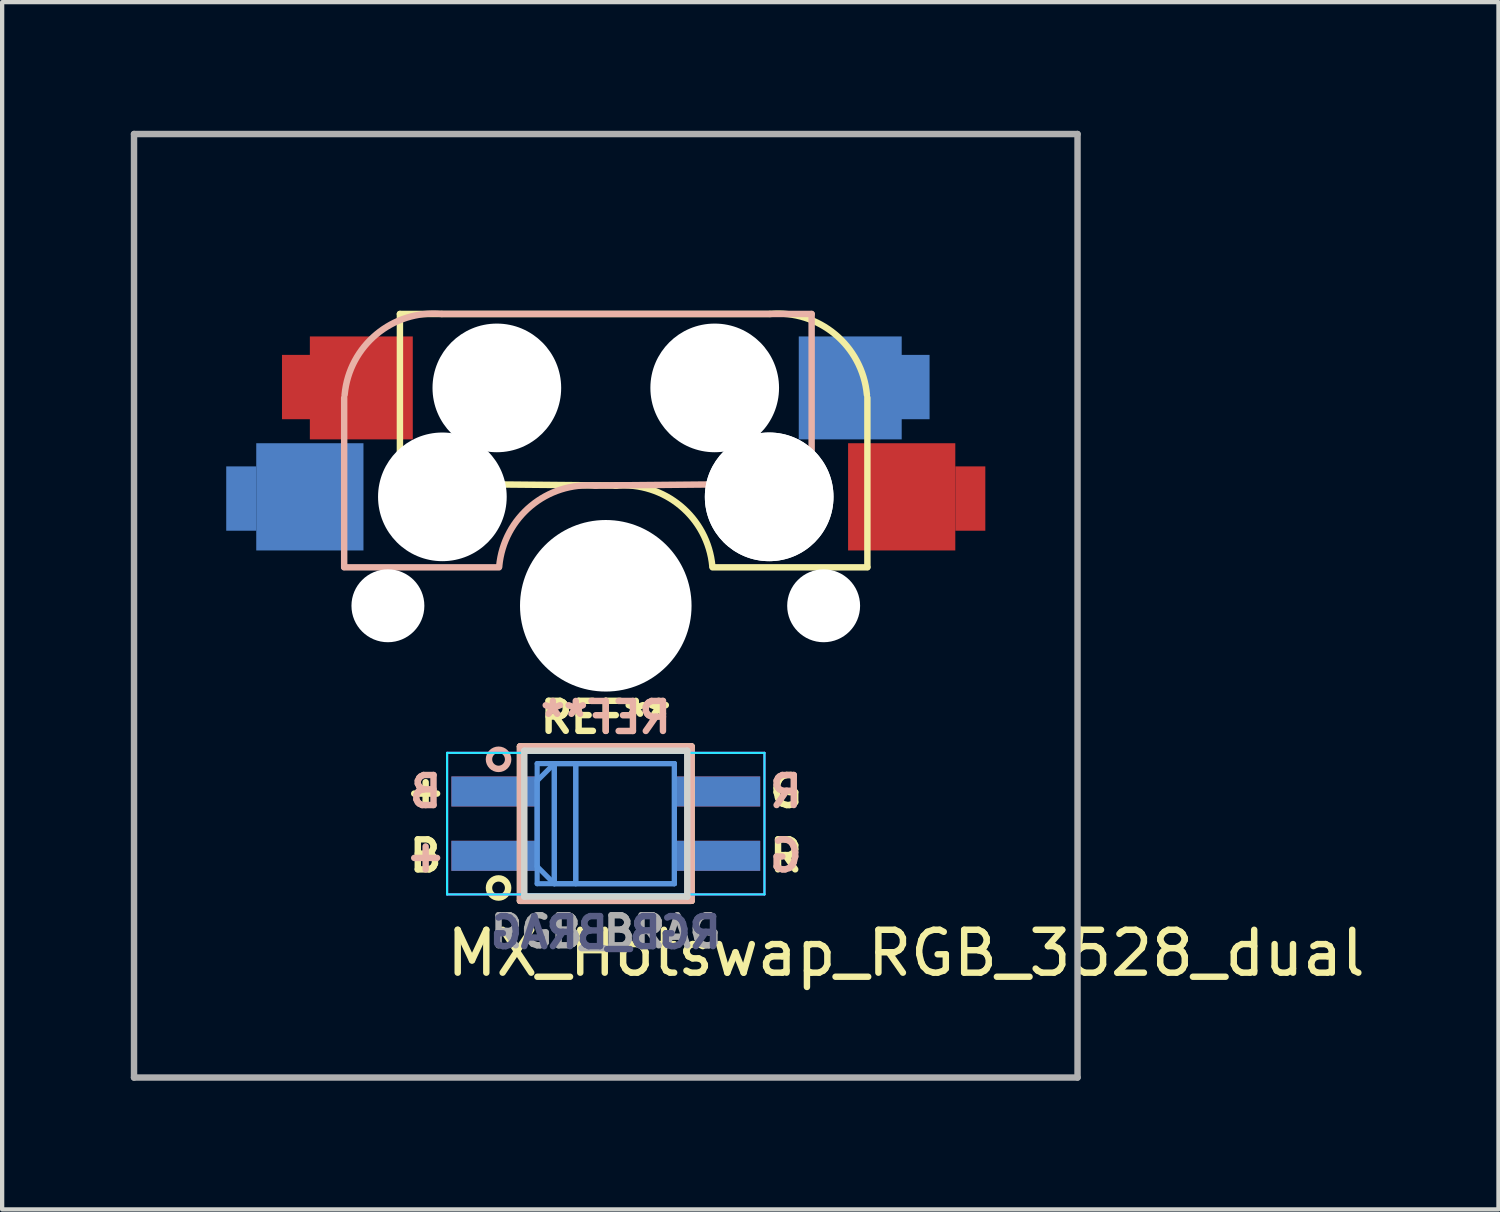
<source format=kicad_pcb>
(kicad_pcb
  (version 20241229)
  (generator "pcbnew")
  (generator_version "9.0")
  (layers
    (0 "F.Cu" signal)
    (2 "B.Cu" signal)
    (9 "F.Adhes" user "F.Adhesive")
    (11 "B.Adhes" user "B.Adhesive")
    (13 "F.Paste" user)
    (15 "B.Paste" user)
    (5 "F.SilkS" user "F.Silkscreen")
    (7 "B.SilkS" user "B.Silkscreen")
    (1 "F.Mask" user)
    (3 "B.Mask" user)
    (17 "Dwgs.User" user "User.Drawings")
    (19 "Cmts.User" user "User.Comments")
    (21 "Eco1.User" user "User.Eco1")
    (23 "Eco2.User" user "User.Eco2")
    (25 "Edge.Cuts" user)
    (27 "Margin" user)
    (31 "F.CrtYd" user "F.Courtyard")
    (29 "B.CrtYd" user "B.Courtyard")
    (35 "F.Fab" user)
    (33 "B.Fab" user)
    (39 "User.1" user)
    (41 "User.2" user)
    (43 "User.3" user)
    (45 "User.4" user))
  (footprint "MX_Hotswap_RGB_3528_dual"
    (layer "F.Cu")
    (at 11.075 11.075)
    (property "Reference" "MX_Hotswap_RGB_3528_dual" (at 7 8.1 0) (layer "F.SilkS") (effects (font (size 1 1) (thickness 0.15))))
    (attr through_hole)
    (fp_line (start -4.8 -6.804) (end 3.825 -6.804) (stroke (width 0.15) (type solid)) (layer "F.SilkS"))
    (fp_line (start -4.8 -2.896) (end -4.8 -6.804) (stroke (width 0.15) (type solid)) (layer "F.SilkS"))
    (fp_line (start -4.8 -2.85) (end 0.25 -2.804) (stroke (width 0.15) (type solid)) (layer "F.SilkS"))
    (fp_line (start -2 3.28) (end 2 3.28) (stroke (width 0.15) (type solid)) (layer "F.SilkS"))
    (fp_line (start -2 6.88) (end -2 3.28) (stroke (width 0.15) (type solid)) (layer "F.SilkS"))
    (fp_line (start 2 3.28) (end 2 6.88) (stroke (width 0.15) (type solid)) (layer "F.SilkS"))
    (fp_line (start 2 6.88) (end -2 6.88) (stroke (width 0.15) (type solid)) (layer "F.SilkS"))
    (fp_line (start 6.1 -4.85) (end 6.1 -0.905) (stroke (width 0.15) (type solid)) (layer "F.SilkS"))
    (fp_line (start 6.1 -0.896) (end 2.49 -0.896) (stroke (width 0.15) (type solid)) (layer "F.SilkS"))
    (fp_arc (start 0.225 -2.8) (mid 1.744361 -2.328062) (end 2.485001 -0.920001) (stroke (width 0.15) (type solid)) (layer "F.SilkS"))
    (fp_arc (start 3.825 -6.804) (mid 5.347189 -6.33089) (end 6.089 -4.92) (stroke (width 0.15) (type solid)) (layer "F.SilkS"))
    (fp_circle (center -2.5 6.58) (end -2.6 6.38) (stroke (width 0.15) (type solid)) (fill no) (layer "F.SilkS"))
    (fp_line (start -6.1 -4.85) (end -6.1 -0.905) (stroke (width 0.15) (type solid)) (layer "B.SilkS"))
    (fp_line (start -6.1 -0.896) (end -2.49 -0.896) (stroke (width 0.15) (type solid)) (layer "B.SilkS"))
    (fp_line (start -2 3.28) (end -2 6.88) (stroke (width 0.15) (type solid)) (layer "B.SilkS"))
    (fp_line (start -2 6.88) (end 2 6.88) (stroke (width 0.15) (type solid)) (layer "B.SilkS"))
    (fp_line (start 2 3.28) (end -2 3.28) (stroke (width 0.15) (type solid)) (layer "B.SilkS"))
    (fp_line (start 2 6.88) (end 2 3.28) (stroke (width 0.15) (type solid)) (layer "B.SilkS"))
    (fp_line (start 4.8 -6.804) (end -3.825 -6.804) (stroke (width 0.15) (type solid)) (layer "B.SilkS"))
    (fp_line (start 4.8 -2.896) (end 4.8 -6.804) (stroke (width 0.15) (type solid)) (layer "B.SilkS"))
    (fp_line (start 4.8 -2.85) (end -0.25 -2.804) (stroke (width 0.15) (type solid)) (layer "B.SilkS"))
    (fp_arc (start -6.089 -4.92) (mid -5.347189 -6.33089) (end -3.825 -6.804) (stroke (width 0.15) (type solid)) (layer "B.SilkS"))
    (fp_arc (start -2.484999 -0.920001) (mid -1.74436 -2.328062) (end -0.225 -2.8) (stroke (width 0.15) (type solid)) (layer "B.SilkS"))
    (fp_circle (center -2.5 3.58) (end -2.6 3.78) (stroke (width 0.15) (type solid)) (fill no) (layer "B.SilkS"))
    (fp_line (start -1.6 3.68) (end -1.6 6.08) (stroke (width 0.12) (type solid)) (layer "Cmts.User"))
    (fp_line (start -1.6 4.08) (end -1.2 3.68) (stroke (width 0.12) (type solid)) (layer "Cmts.User"))
    (fp_line (start -1.6 6.08) (end -1.2 6.48) (stroke (width 0.12) (type solid)) (layer "Cmts.User"))
    (fp_line (start -1.6 6.48) (end -1.6 4.08) (stroke (width 0.12) (type solid)) (layer "Cmts.User"))
    (fp_line (start -1.2 3.68) (end -1.2 6.48) (stroke (width 0.12) (type solid)) (layer "Cmts.User"))
    (fp_line (start -1.2 3.68) (end 1.6 3.68) (stroke (width 0.12) (type solid)) (layer "Cmts.User"))
    (fp_line (start -1.2 6.48) (end -1.2 3.68) (stroke (width 0.12) (type solid)) (layer "Cmts.User"))
    (fp_line (start -1.2 6.48) (end 1.6 6.48) (stroke (width 0.12) (type solid)) (layer "Cmts.User"))
    (fp_line (start -0.7 3.68) (end -0.7 6.48) (stroke (width 0.12) (type solid)) (layer "Cmts.User"))
    (fp_line (start -0.7 6.48) (end -0.7 3.68) (stroke (width 0.12) (type solid)) (layer "Cmts.User"))
    (fp_line (start 1.6 3.68) (end -1.6 3.68) (stroke (width 0.12) (type solid)) (layer "Cmts.User"))
    (fp_line (start 1.6 3.68) (end 1.6 6.48) (stroke (width 0.12) (type solid)) (layer "Cmts.User"))
    (fp_line (start 1.6 6.48) (end -1.6 6.48) (stroke (width 0.12) (type solid)) (layer "Cmts.User"))
    (fp_line (start 1.6 6.48) (end 1.6 3.68) (stroke (width 0.12) (type solid)) (layer "Cmts.User"))
    (fp_line (start -9 -9) (end 9 -9) (stroke (width 0.15) (type solid)) (layer "Eco2.User"))
    (fp_line (start -9 9) (end -9 -9) (stroke (width 0.15) (type solid)) (layer "Eco2.User"))
    (fp_line (start -7 -7) (end 7 -7) (stroke (width 0.15) (type solid)) (layer "Eco2.User"))
    (fp_line (start -7 7) (end -7 -7) (stroke (width 0.15) (type solid)) (layer "Eco2.User"))
    (fp_line (start 7 -7) (end 7 7) (stroke (width 0.15) (type solid)) (layer "Eco2.User"))
    (fp_line (start 7 7) (end -7 7) (stroke (width 0.15) (type solid)) (layer "Eco2.User"))
    (fp_line (start 9 -9) (end 9 9) (stroke (width 0.15) (type solid)) (layer "Eco2.User"))
    (fp_line (start 9 9) (end -9 9) (stroke (width 0.15) (type solid)) (layer "Eco2.User"))
    (fp_line (start -1.9 3.38) (end -1.9 6.78) (stroke (width 0.15) (type solid)) (layer "Edge.Cuts"))
    (fp_line (start 1.9 3.38) (end -1.9 3.38) (stroke (width 0.15) (type solid)) (layer "Edge.Cuts"))
    (fp_line (start 1.9 3.38) (end 1.9 6.78) (stroke (width 0.15) (type solid)) (layer "Edge.Cuts"))
    (fp_line (start 1.9 6.78) (end -1.9 6.78) (stroke (width 0.15) (type solid)) (layer "Edge.Cuts"))
    (fp_line (start -3.7 3.43) (end 3.7 3.43) (stroke (width 0.05) (type solid)) (layer "B.CrtYd"))
    (fp_line (start -3.7 6.73) (end -3.7 3.43) (stroke (width 0.05) (type solid)) (layer "B.CrtYd"))
    (fp_line (start 3.7 3.43) (end 3.7 6.73) (stroke (width 0.05) (type solid)) (layer "B.CrtYd"))
    (fp_line (start 3.7 6.73) (end -3.7 6.73) (stroke (width 0.05) (type solid)) (layer "B.CrtYd"))
    (fp_line (start -3.7 3.43) (end -3.7 6.73) (stroke (width 0.05) (type solid)) (layer "F.CrtYd"))
    (fp_line (start -3.7 6.73) (end 3.7 6.73) (stroke (width 0.05) (type solid)) (layer "F.CrtYd"))
    (fp_line (start 3.7 3.43) (end -3.7 3.43) (stroke (width 0.05) (type solid)) (layer "F.CrtYd"))
    (fp_line (start 3.7 6.73) (end 3.7 3.43) (stroke (width 0.05) (type solid)) (layer "F.CrtYd"))
    (fp_line (start -11 -11) (end -11 11) (stroke (width 0.15) (type solid)) (layer "F.Fab"))
    (fp_line (start -11 11) (end 11 11) (stroke (width 0.15) (type solid)) (layer "F.Fab"))
    (fp_line (start 11 -11) (end -11 -11) (stroke (width 0.15) (type solid)) (layer "F.Fab"))
    (fp_line (start 11 11) (end 11 -11) (stroke (width 0.15) (type solid)) (layer "F.Fab"))
    (fp_text user "B" (at -4.2 5.83 180) (layer "F.SilkS") (effects (font (size 0.7 0.7) (thickness 0.15))))
    (fp_text user "REF**" (at 0 2.6 180) (layer "F.SilkS") (effects (font (size 0.7 0.7) (thickness 0.15))))
    (fp_text user "G" (at 4.2 4.33 180) (layer "F.SilkS") (effects (font (size 0.7 0.7) (thickness 0.15))))
    (fp_text user "R" (at 4.2 5.83 180) (layer "F.SilkS") (effects (font (size 0.7 0.7) (thickness 0.15))))
    (fp_text user "+" (at -4.2 4.33 180) (layer "F.SilkS") (effects (font (size 0.7 0.7) (thickness 0.15))))
    (fp_text user "G" (at 4.2 5.83 180) (layer "B.SilkS") (effects (font (size 0.7 0.7) (thickness 0.15)) (justify mirror)))
    (fp_text user "R" (at 4.2 4.33 180) (layer "B.SilkS") (effects (font (size 0.7 0.7) (thickness 0.15)) (justify mirror)))
    (fp_text user "REF**" (at 0 2.603 180) (layer "B.SilkS") (effects (font (size 0.7 0.7) (thickness 0.15)) (justify mirror)))
    (fp_text user "B" (at -4.2 4.33 180) (layer "B.SilkS") (effects (font (size 0.7 0.7) (thickness 0.15)) (justify mirror)))
    (fp_text user "+" (at -4.2 5.83 180) (layer "B.SilkS") (effects (font (size 0.7 0.7) (thickness 0.15)) (justify mirror)))
    (fp_text user "RGB_BRAG" (at 0 7.62 180) (layer "B.Fab") (effects (font (size 0.7 0.7) (thickness 0.15)) (justify mirror)))
    (fp_text user "RGB_BRAG" (at 0 7.6 180) (layer "F.Fab") (effects (font (size 0.7 0.7) (thickness 0.15))))
    (pad "" np_thru_hole circle (at -5.08 0) (size 1.7 1.7) (drill 1.7) (layers "*.Cu" "*.Mask"))
    (pad "" np_thru_hole circle (at -3.825 -2.58 180) (size 0.1 0.1) (drill 0.1) (layers "*.Cu" "*.Mask"))
    (pad "" np_thru_hole circle (at -3.81 -2.54 180) (size 3 3) (drill 3) (layers "*.Cu" "*.Mask"))
    (pad "" np_thru_hole circle (at -2.54 -5.08 180) (size 3 3) (drill 3) (layers "*.Cu" "*.Mask"))
    (pad "" np_thru_hole circle (at 0 0 90) (size 4 4) (drill 4) (layers "*.Cu" "*.Mask"))
    (pad "" np_thru_hole circle (at 2.54 -5.08 180) (size 3 3) (drill 3) (layers "*.Cu" "*.Mask"))
    (pad "" np_thru_hole circle (at 3.81 -2.54 180) (size 3 3) (drill 3) (layers "*.Cu" "*.Mask"))
    (pad "" np_thru_hole circle (at 3.81 -2.54 180) (size 3 3) (drill 3) (layers "*.Cu" "*.Mask"))
    (pad "" np_thru_hole circle (at 3.825 -2.58 180) (size 0.1 0.1) (drill 0.1) (layers "*.Cu" "*.Mask"))
    (pad "" np_thru_hole circle (at 5.08 0) (size 1.7 1.7) (drill 1.7) (layers "*.Cu" "*.Mask"))
    (pad "1" smd rect (at -8.5 -2.5) (size 0.7 1.5) (layers "B.Cu" "B.Mask" "B.Paste"))
    (pad "1" smd rect (at -7.2 -5.1) (size 0.7 1.5) (layers "F.Cu" "F.Mask" "F.Paste"))
    (pad "1" smd rect (at -6.9 -2.54 180) (size 2.5 2.5) (layers "B.Cu" "B.Mask" "B.Paste"))
    (pad "1" smd rect (at -5.7 -5.08 180) (size 2.4 2.4) (layers "F.Cu" "F.Mask" "F.Paste"))
    (pad "2" smd rect (at 5.7 -5.08 180) (size 2.4 2.4) (layers "B.Cu" "B.Mask" "B.Paste"))
    (pad "2" smd rect (at 6.9 -2.54 180) (size 2.5 2.5) (layers "F.Cu" "F.Mask" "F.Paste"))
    (pad "2" smd rect (at 7.2 -5.1) (size 0.7 1.5) (layers "B.Cu" "B.Mask" "B.Paste"))
    (pad "2" smd rect (at 8.5 -2.5) (size 0.7 1.5) (layers "F.Cu" "F.Mask" "F.Paste"))
    (pad "3" smd rect (at -2.6 4.33 180) (size 2 0.7) (layers "B.Cu" "B.Mask" "B.Paste"))
    (pad "3" smd rect (at -2.6 5.83 180) (size 2 0.7) (layers "F.Cu" "F.Mask" "F.Paste"))
    (pad "4" smd rect (at 2.6 4.33 180) (size 2 0.7) (layers "B.Cu" "B.Mask" "B.Paste"))
    (pad "4" smd rect (at 2.6 5.83 180) (size 2 0.7) (layers "F.Cu" "F.Mask" "F.Paste"))
    (pad "5" smd rect (at -2.6 4.33 180) (size 2 0.7) (layers "F.Cu" "F.Mask" "F.Paste"))
    (pad "5" smd rect (at -2.6 5.83 180) (size 2 0.7) (layers "B.Cu" "B.Mask" "B.Paste"))
    (pad "6" smd rect (at 2.6 4.33 180) (size 2 0.7) (layers "F.Cu" "F.Mask" "F.Paste"))
    (pad "6" smd rect (at 2.6 5.83 180) (size 2 0.7) (layers "B.Cu" "B.Mask" "B.Paste")))
  (gr_rect
    (start -3 -3)
    (end 31.89 25.15)
    (stroke (width 0.1) (type default))
    (fill no)
    (layer "Edge.Cuts")))
</source>
